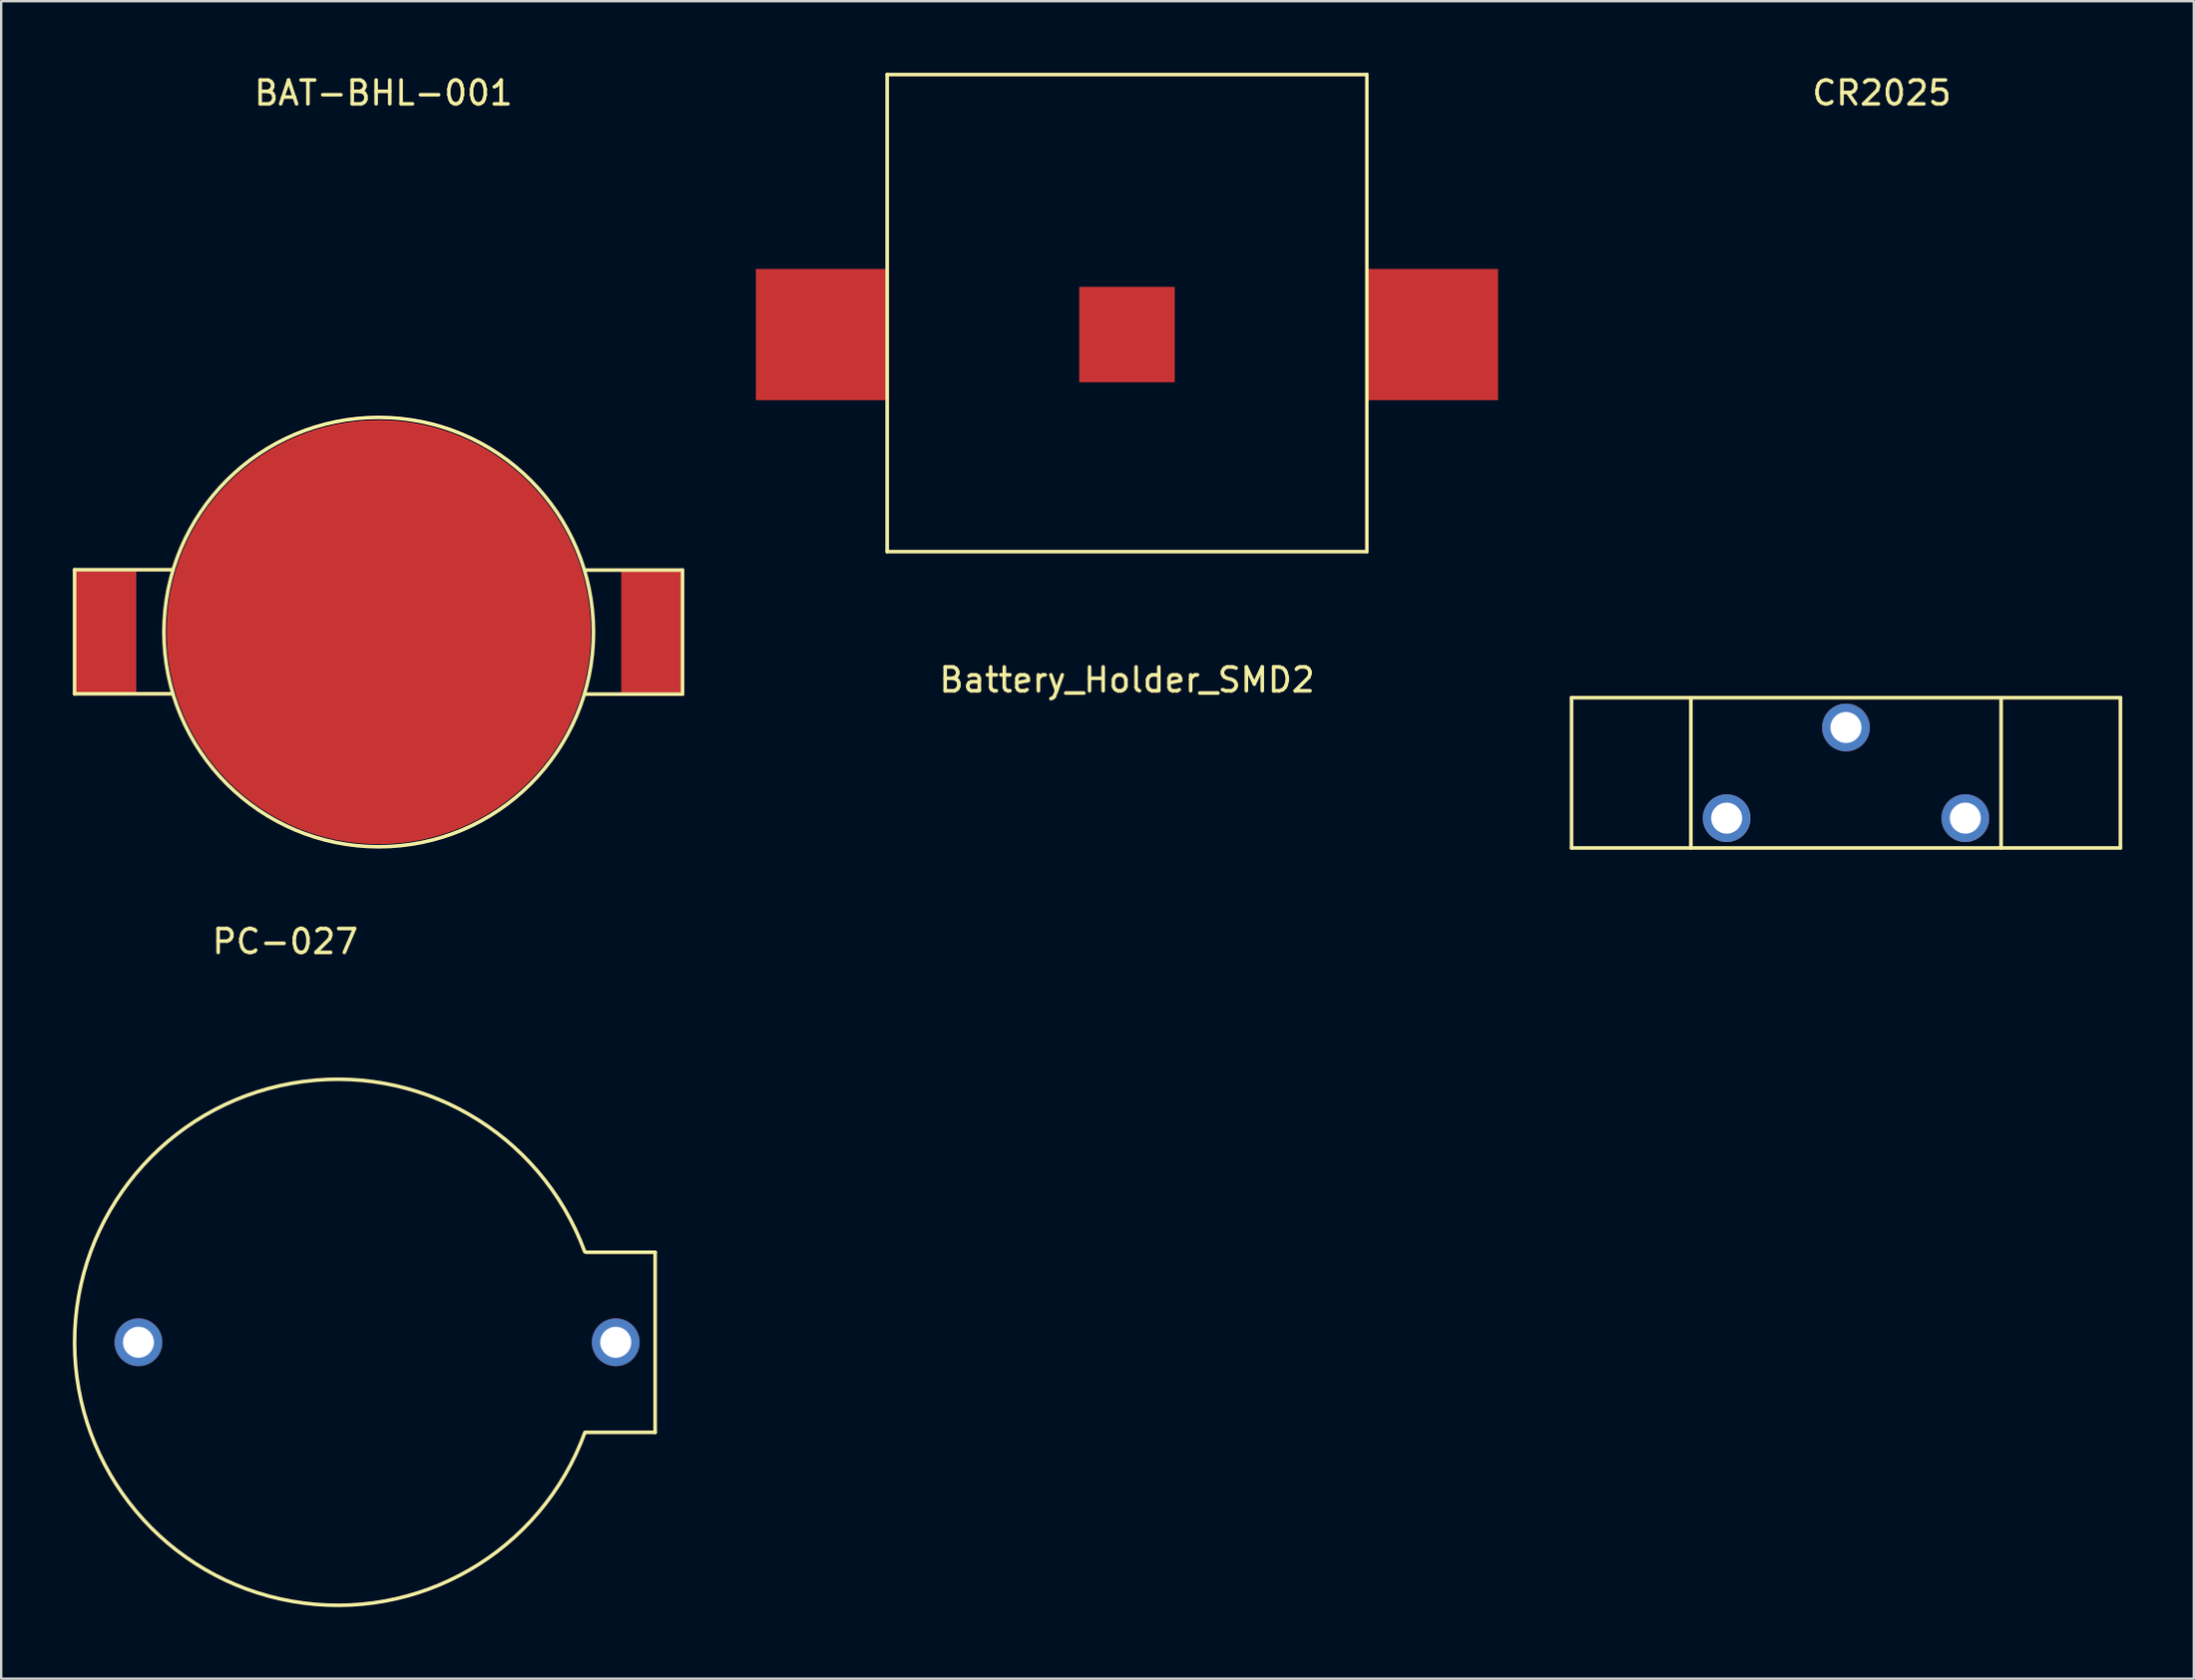
<source format=kicad_pcb>
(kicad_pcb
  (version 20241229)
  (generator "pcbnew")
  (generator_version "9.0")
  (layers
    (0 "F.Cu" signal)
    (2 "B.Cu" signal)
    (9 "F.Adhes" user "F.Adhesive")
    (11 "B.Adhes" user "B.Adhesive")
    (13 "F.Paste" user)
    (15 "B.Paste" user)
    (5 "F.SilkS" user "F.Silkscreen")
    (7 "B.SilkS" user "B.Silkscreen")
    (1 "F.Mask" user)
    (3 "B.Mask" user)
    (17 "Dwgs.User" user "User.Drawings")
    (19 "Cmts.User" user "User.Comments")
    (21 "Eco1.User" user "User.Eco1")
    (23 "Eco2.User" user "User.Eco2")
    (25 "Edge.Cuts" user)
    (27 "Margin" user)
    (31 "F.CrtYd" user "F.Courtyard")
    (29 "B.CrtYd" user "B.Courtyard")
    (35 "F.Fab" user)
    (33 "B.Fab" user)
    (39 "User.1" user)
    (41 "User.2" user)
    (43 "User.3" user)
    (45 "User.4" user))
  (footprint "PC-027"
    (layer "F.Cu")
    (at 11.101 53.221)
    (property "Reference" "PC-027" (at -2.2 -16.8 0) (layer "F.SilkS") (effects (font (size 1 1) (thickness 0.15))))
    (attr through_hole)
    (fp_line (start 13.3 -3.775) (end 10.4 -3.775) (stroke (width 0.15) (type solid)) (layer "F.SilkS"))
    (fp_line (start 13.3 -3.775) (end 13.3 3.775) (stroke (width 0.15) (type solid)) (layer "F.SilkS"))
    (fp_line (start 13.3 3.775) (end 10.4 3.775) (stroke (width 0.15) (type solid)) (layer "F.SilkS"))
    (fp_arc (start 10.358381 3.77709) (mid -11.02553 0.012197) (end 10.349999 -3.799999) (stroke (width 0.15) (type solid)) (layer "F.SilkS"))
    (pad "1" thru_hole circle (at 11.65 0) (size 2 2) (drill 1.3) (layers "*.Cu" "*.Mask"))
    (pad "2" thru_hole circle (at -8.35 0) (size 2 2) (drill 1.3) (layers "*.Cu" "*.Mask")))
  (footprint "Battery_Holder_SMD2"
    (layer "F.Cu")
    (at 44.174 10.975)
    (property "Reference" "Battery_Holder_SMD2" (at 0 14.478 0) (layer "F.SilkS") (effects (font (size 1 1) (thickness 0.15))))
    (attr through_hole)
    (fp_line (start -10.05 -10.9) (end 10.05 -10.9) (stroke (width 0.15) (type solid)) (layer "F.SilkS"))
    (fp_line (start -10.05 9.1) (end -10.05 -10.9) (stroke (width 0.15) (type solid)) (layer "F.SilkS"))
    (fp_line (start -10.05 9.1) (end 10.05 9.1) (stroke (width 0.15) (type solid)) (layer "F.SilkS"))
    (fp_line (start 10.05 9.1) (end 10.05 -10.9) (stroke (width 0.15) (type solid)) (layer "F.SilkS"))
    (pad "1" connect rect (at -12.8 0) (size 5.5 5.5) (layers "F.Cu" "F.Mask"))
    (pad "1" connect rect (at 12.8 0) (size 5.5 5.5) (layers "F.Cu" "F.Mask"))
    (pad "2" connect rect (at 0 0) (size 4 4) (layers "F.Cu")))
  (footprint "BAT-BHL-001"
    (layer "F.Cu")
    (at 12.819 23.448)
    (property "Reference" "BAT-BHL-001" (at 0.2 -22.6 0) (layer "F.SilkS") (effects (font (size 1 1) (thickness 0.15))))
    (attr through_hole)
    (fp_line (start -12.744 -2.613) (end -12.744 2.587) (stroke (width 0.15) (type solid)) (layer "F.SilkS"))
    (fp_line (start -12.744 2.587) (end -8.644 2.587) (stroke (width 0.15) (type solid)) (layer "F.SilkS"))
    (fp_line (start -8.644 -2.613) (end -12.744 -2.613) (stroke (width 0.15) (type solid)) (layer "F.SilkS"))
    (fp_line (start 8.65 2.6) (end 12.73 2.6) (stroke (width 0.15) (type solid)) (layer "F.SilkS"))
    (fp_line (start 12.73 -2.6) (end 8.65 -2.6) (stroke (width 0.15) (type solid)) (layer "F.SilkS"))
    (fp_line (start 12.73 2.6) (end 12.73 -2.6) (stroke (width 0.15) (type solid)) (layer "F.SilkS"))
    (fp_circle (center 0 0) (end 9 0) (stroke (width 0.15) (type solid)) (fill no) (layer "F.SilkS"))
    (pad "1" smd rect (at -11.43 0) (size 2.54 5.08) (layers "F.Cu" "F.Mask" "F.Paste"))
    (pad "1" smd rect (at 11.43 0) (size 2.54 5.08) (layers "F.Cu" "F.Mask" "F.Paste"))
    (pad "2" smd circle (at 0 0) (size 17.78 17.78) (layers "F.Cu")))
  (footprint "CR2025"
    (layer "F.Cu")
    (at 74.299 31.248)
    (property "Reference" "CR2025" (at 1.5 -30.4 0) (layer "F.SilkS") (effects (font (size 1 1) (thickness 0.15))))
    (attr through_hole)
    (fp_line (start -11.5 -5.05) (end 11.5 -5.05) (stroke (width 0.15) (type solid)) (layer "F.SilkS"))
    (fp_line (start -11.5 1.25) (end -11.5 -5.05) (stroke (width 0.15) (type solid)) (layer "F.SilkS"))
    (fp_line (start -11.5 1.25) (end 11.5 1.25) (stroke (width 0.15) (type solid)) (layer "F.SilkS"))
    (fp_line (start -6.5 1.25) (end -6.5 -5.05) (stroke (width 0.15) (type solid)) (layer "F.SilkS"))
    (fp_line (start 6.5 1.25) (end 6.5 -5.05) (stroke (width 0.15) (type solid)) (layer "F.SilkS"))
    (fp_line (start 11.5 1.25) (end 11.5 -5.05) (stroke (width 0.15) (type solid)) (layer "F.SilkS"))
    (pad "1" thru_hole circle (at -5 0) (size 2 2) (drill 1.3) (layers "*.Cu" "*.Mask"))
    (pad "1" thru_hole circle (at 5 0) (size 2 2) (drill 1.3) (layers "*.Cu" "*.Mask"))
    (pad "2" thru_hole circle (at 0 -3.8) (size 2 2) (drill 1.3) (layers "*.Cu" "*.Mask")))
  (gr_rect
    (start -3 -3)
    (end 88.874 67.322)
    (stroke (width 0.1) (type default))
    (fill no)
    (layer "Edge.Cuts")))
</source>
